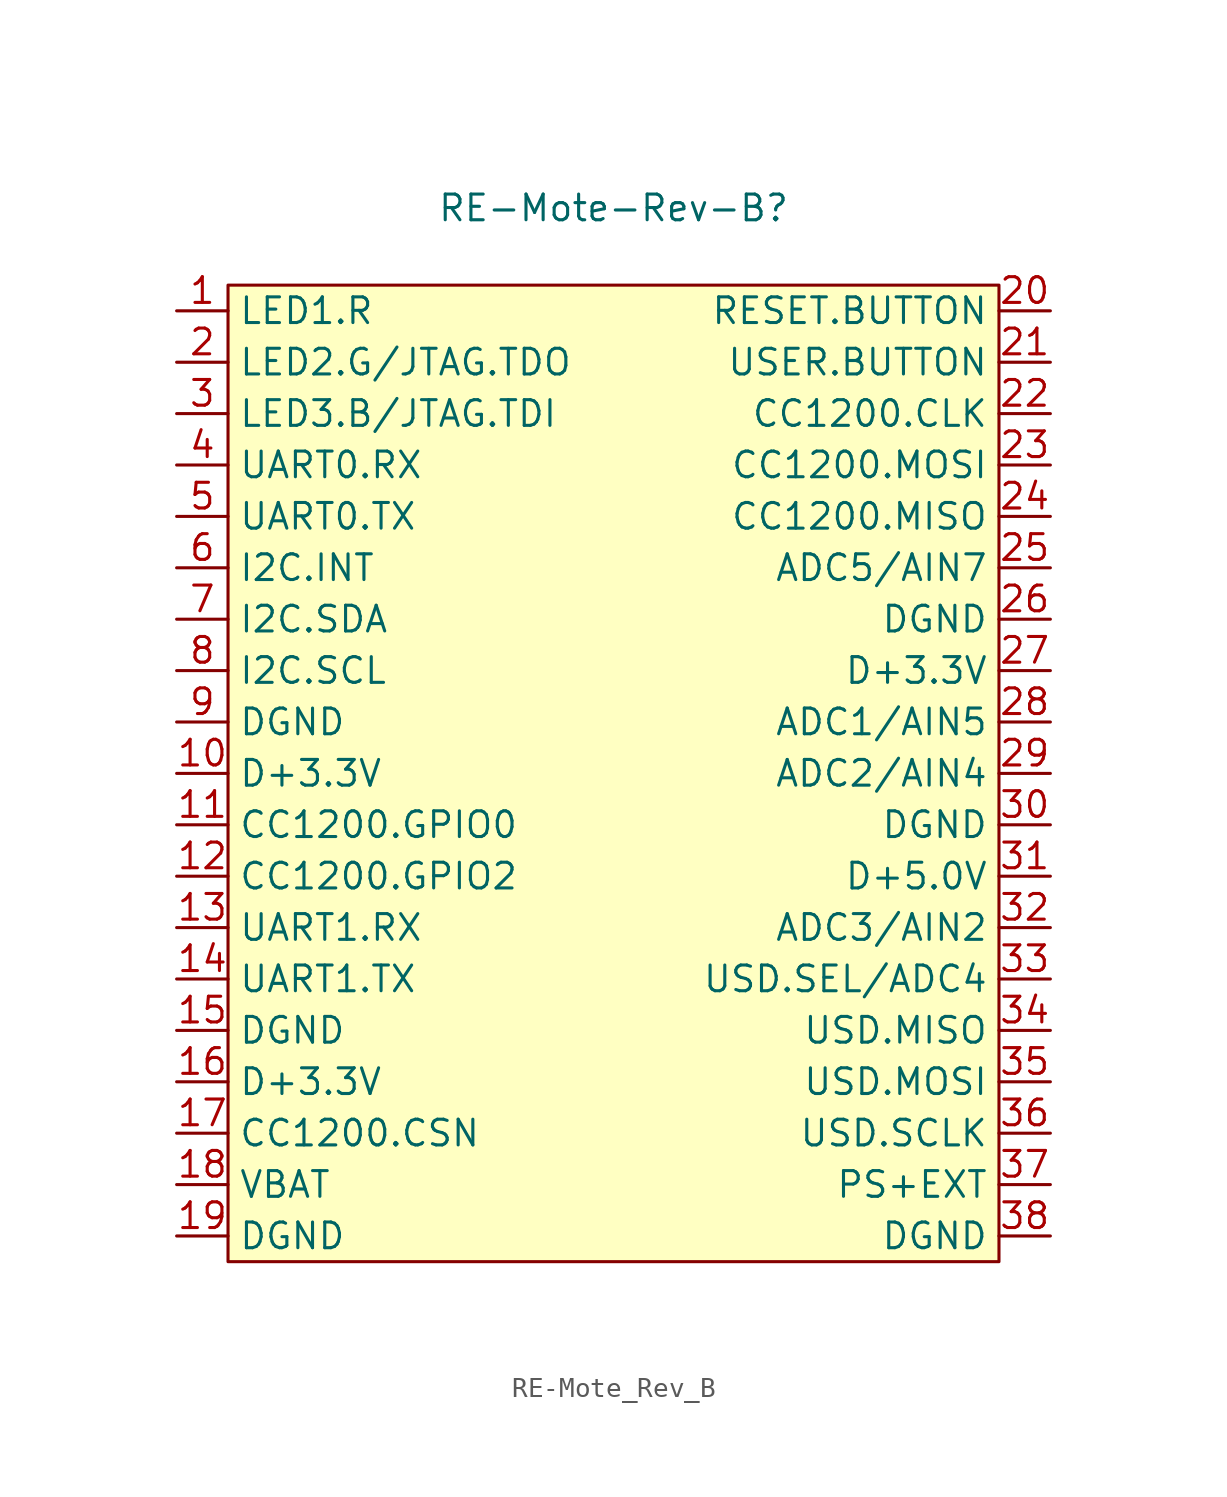
<source format=kicad_sym>
(kicad_symbol_lib
  (version 20220914)
  (generator kicad_symbol_editor)
  (symbol "RE-Mote_Rev_B"
    (property "Reference" "RE-Mote-Rev-B"
      (at 0 27.94 0)
      (effects (font (size 1.27 1.27))))
    (property "Value" ""
      (at -12.7 -1.27 0)
      (effects (font (size 1.27 1.27))))
    (symbol "RE-Mote_Rev_B_1_1"
      (rectangle (start -19.05 24.13) (end 19.05 -24.13) (stroke (width 0) (type default)) (fill (type background)))
      (pin input line (at -21.59 22.86 0) (length 2.54) (name "LED1.R" (effects (font (size 1.27 1.27)))) (number "1" (effects (font (size 1.27 1.27)))))
      (pin power_out line (at -21.59 0 0) (length 2.54) (name "D+3.3V" (effects (font (size 1.27 1.27)))) (number "10" (effects (font (size 1.27 1.27)))))
      (pin bidirectional line (at -21.59 -2.54 0) (length 2.54) (name "CC1200.GPIO0" (effects (font (size 1.27 1.27)))) (number "11" (effects (font (size 1.27 1.27)))))
      (pin bidirectional line (at -21.59 -5.08 0) (length 2.54) (name "CC1200.GPIO2" (effects (font (size 1.27 1.27)))) (number "12" (effects (font (size 1.27 1.27)))))
      (pin bidirectional line (at -21.59 -7.62 0) (length 2.54) (name "UART1.RX" (effects (font (size 1.27 1.27)))) (number "13" (effects (font (size 1.27 1.27)))))
      (pin bidirectional line (at -21.59 -10.16 0) (length 2.54) (name "UART1.TX" (effects (font (size 1.27 1.27)))) (number "14" (effects (font (size 1.27 1.27)))))
      (pin power_in line (at -21.59 -12.7 0) (length 2.54) (name "DGND" (effects (font (size 1.27 1.27)))) (number "15" (effects (font (size 1.27 1.27)))))
      (pin power_in line (at -21.59 -15.24 0) (length 2.54) (name "D+3.3V" (effects (font (size 1.27 1.27)))) (number "16" (effects (font (size 1.27 1.27)))))
      (pin bidirectional line (at -21.59 -17.78 0) (length 2.54) (name "CC1200.CSN" (effects (font (size 1.27 1.27)))) (number "17" (effects (font (size 1.27 1.27)))))
      (pin power_in line (at -21.59 -20.32 0) (length 2.54) (name "VBAT" (effects (font (size 1.27 1.27)))) (number "18" (effects (font (size 1.27 1.27)))))
      (pin power_in line (at -21.59 -22.86 0) (length 2.54) (name "DGND" (effects (font (size 1.27 1.27)))) (number "19" (effects (font (size 1.27 1.27)))))
      (pin input line (at -21.59 20.32 0) (length 2.54) (name "LED2.G/JTAG.TDO" (effects (font (size 1.27 1.27)))) (number "2" (effects (font (size 1.27 1.27)))))
      (pin unspecified line (at 21.59 22.86 180) (length 2.54) (name "RESET.BUTTON" (effects (font (size 1.27 1.27)))) (number "20" (effects (font (size 1.27 1.27)))))
      (pin unspecified line (at 21.59 20.32 180) (length 2.54) (name "USER.BUTTON" (effects (font (size 1.27 1.27)))) (number "21" (effects (font (size 1.27 1.27)))))
      (pin output line (at 21.59 17.78 180) (length 2.54) (name "CC1200.CLK" (effects (font (size 1.27 1.27)))) (number "22" (effects (font (size 1.27 1.27)))))
      (pin output line (at 21.59 15.24 180) (length 2.54) (name "CC1200.MOSI" (effects (font (size 1.27 1.27)))) (number "23" (effects (font (size 1.27 1.27)))))
      (pin input line (at 21.59 12.7 180) (length 2.54) (name "CC1200.MISO" (effects (font (size 1.27 1.27)))) (number "24" (effects (font (size 1.27 1.27)))))
      (pin input line (at 21.59 10.16 180) (length 2.54) (name "ADC5/AIN7" (effects (font (size 1.27 1.27)))) (number "25" (effects (font (size 1.27 1.27)))))
      (pin power_in line (at 21.59 7.62 180) (length 2.54) (name "DGND" (effects (font (size 1.27 1.27)))) (number "26" (effects (font (size 1.27 1.27)))))
      (pin power_out line (at 21.59 5.08 180) (length 2.54) (name "D+3.3V" (effects (font (size 1.27 1.27)))) (number "27" (effects (font (size 1.27 1.27)))))
      (pin input line (at 21.59 2.54 180) (length 2.54) (name "ADC1/AIN5" (effects (font (size 1.27 1.27)))) (number "28" (effects (font (size 1.27 1.27)))))
      (pin input line (at 21.59 0 180) (length 2.54) (name "ADC2/AIN4" (effects (font (size 1.27 1.27)))) (number "29" (effects (font (size 1.27 1.27)))))
      (pin input line (at -21.59 17.78 0) (length 2.54) (name "LED3.B/JTAG.TDI" (effects (font (size 1.27 1.27)))) (number "3" (effects (font (size 1.27 1.27)))))
      (pin power_in line (at 21.59 -2.54 180) (length 2.54) (name "DGND" (effects (font (size 1.27 1.27)))) (number "30" (effects (font (size 1.27 1.27)))))
      (pin power_out line (at 21.59 -5.08 180) (length 2.54) (name "D+5.0V" (effects (font (size 1.27 1.27)))) (number "31" (effects (font (size 1.27 1.27)))))
      (pin input line (at 21.59 -7.62 180) (length 2.54) (name "ADC3/AIN2" (effects (font (size 1.27 1.27)))) (number "32" (effects (font (size 1.27 1.27)))))
      (pin input line (at 21.59 -10.16 180) (length 2.54) (name "USD.SEL/ADC4" (effects (font (size 1.27 1.27)))) (number "33" (effects (font (size 1.27 1.27)))))
      (pin input line (at 21.59 -12.7 180) (length 2.54) (name "USD.MISO" (effects (font (size 1.27 1.27)))) (number "34" (effects (font (size 1.27 1.27)))))
      (pin output line (at 21.59 -15.24 180) (length 2.54) (name "USD.MOSI" (effects (font (size 1.27 1.27)))) (number "35" (effects (font (size 1.27 1.27)))))
      (pin output line (at 21.59 -17.78 180) (length 2.54) (name "USD.SCLK" (effects (font (size 1.27 1.27)))) (number "36" (effects (font (size 1.27 1.27)))))
      (pin input line (at 21.59 -20.32 180) (length 2.54) (name "PS+EXT" (effects (font (size 1.27 1.27)))) (number "37" (effects (font (size 1.27 1.27)))))
      (pin input line (at 21.59 -22.86 180) (length 2.54) (name "DGND" (effects (font (size 1.27 1.27)))) (number "38" (effects (font (size 1.27 1.27)))))
      (pin input line (at -21.59 15.24 0) (length 2.54) (name "UART0.RX" (effects (font (size 1.27 1.27)))) (number "4" (effects (font (size 1.27 1.27)))))
      (pin input line (at -21.59 12.7 0) (length 2.54) (name "UART0.TX" (effects (font (size 1.27 1.27)))) (number "5" (effects (font (size 1.27 1.27)))))
      (pin input line (at -21.59 10.16 0) (length 2.54) (name "I2C.INT" (effects (font (size 1.27 1.27)))) (number "6" (effects (font (size 1.27 1.27)))))
      (pin input line (at -21.59 7.62 0) (length 2.54) (name "I2C.SDA" (effects (font (size 1.27 1.27)))) (number "7" (effects (font (size 1.27 1.27)))))
      (pin input line (at -21.59 5.08 0) (length 2.54) (name "I2C.SCL" (effects (font (size 1.27 1.27)))) (number "8" (effects (font (size 1.27 1.27)))))
      (pin power_in line (at -21.59 2.54 0) (length 2.54) (name "DGND" (effects (font (size 1.27 1.27)))) (number "9" (effects (font (size 1.27 1.27))))))))
</source>
